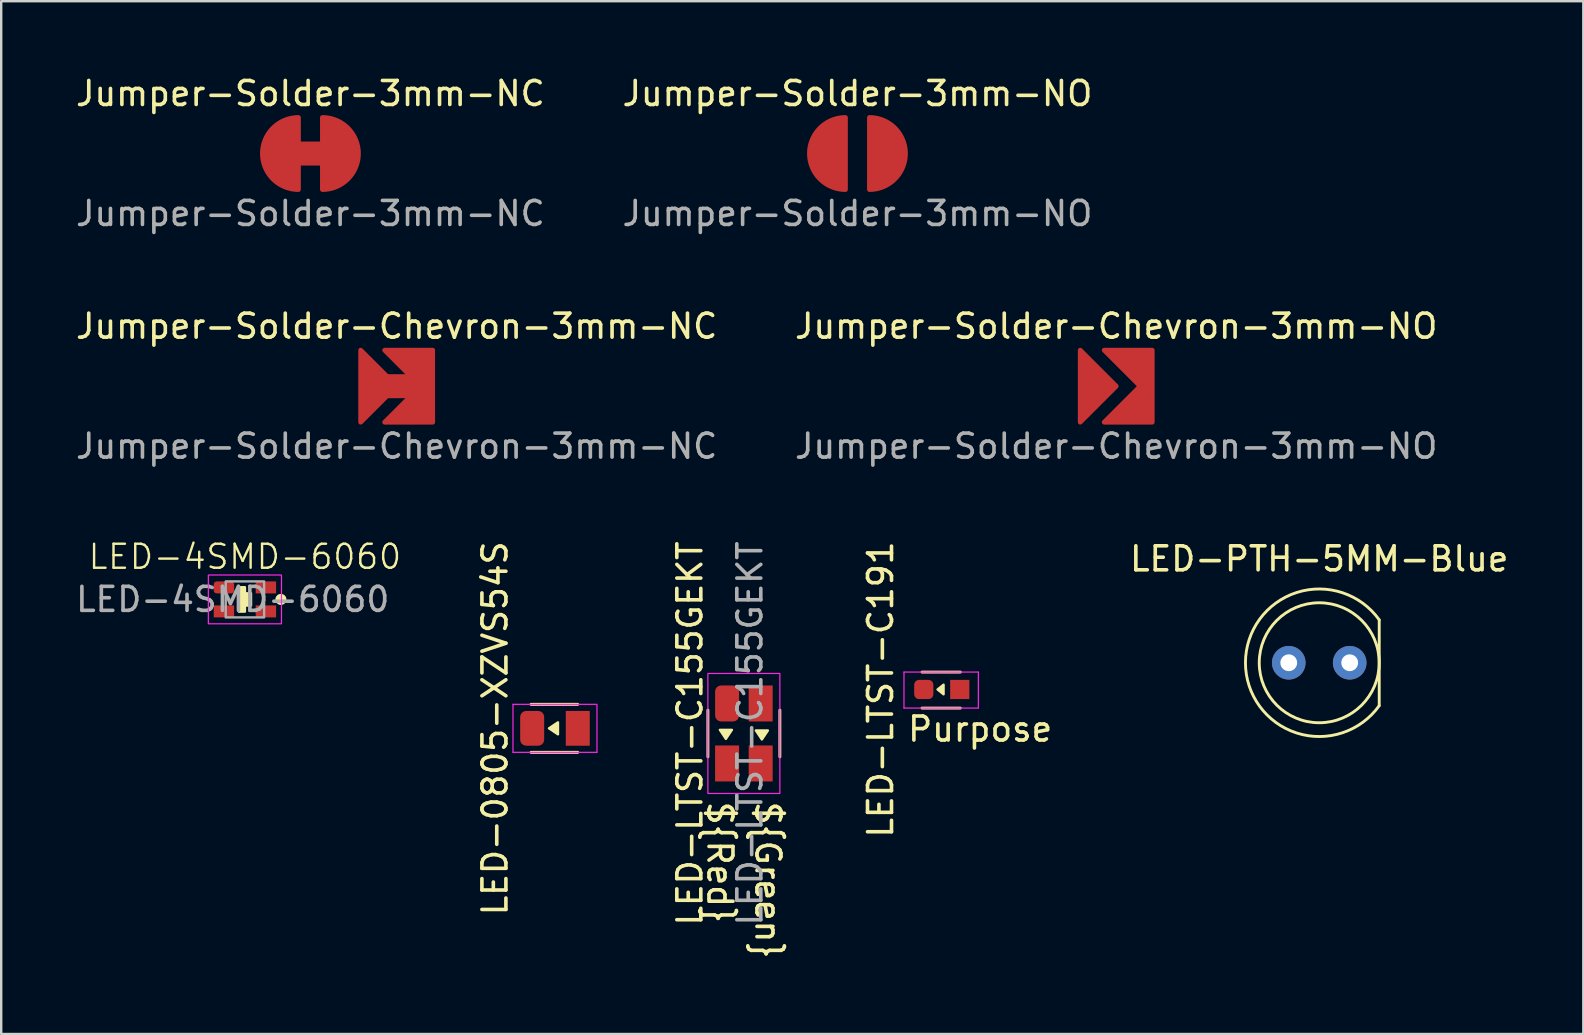
<source format=kicad_pcb>
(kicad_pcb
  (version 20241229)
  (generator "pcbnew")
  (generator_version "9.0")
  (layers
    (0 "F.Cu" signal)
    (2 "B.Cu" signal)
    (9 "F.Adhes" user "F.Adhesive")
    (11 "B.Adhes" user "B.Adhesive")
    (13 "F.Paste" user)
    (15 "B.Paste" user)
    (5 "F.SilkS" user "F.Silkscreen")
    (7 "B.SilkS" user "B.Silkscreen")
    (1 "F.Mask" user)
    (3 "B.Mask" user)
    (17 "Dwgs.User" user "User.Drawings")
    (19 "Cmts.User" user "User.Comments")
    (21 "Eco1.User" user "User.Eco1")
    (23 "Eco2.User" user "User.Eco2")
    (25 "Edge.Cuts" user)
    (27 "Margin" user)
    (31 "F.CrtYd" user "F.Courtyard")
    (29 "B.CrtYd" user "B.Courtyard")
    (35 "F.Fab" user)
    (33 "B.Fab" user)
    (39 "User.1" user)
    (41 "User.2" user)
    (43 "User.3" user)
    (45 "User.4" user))
  (footprint "LED-LTST-C155GEKT"
    (layer "F.Cu")
    (at 27.952 27.518)
    (property "Reference" "LED-LTST-C155GEKT" (at -2.25 0 90) (unlocked yes) (layer "F.SilkS") (effects (font (size 1 1) (thickness 0.15))))
    (attr smd)
    (fp_line (start -1.5 -0.975) (end -1.5 0.975) (stroke (width 0.12) (type solid)) (layer "F.SilkS"))
    (fp_line (start 1.5 -0.975) (end 1.5 0.975) (stroke (width 0.12) (type solid)) (layer "F.SilkS"))
    (fp_poly (pts (xy -0.5 -0.15) (xy -0.75 0.225) (xy -1 -0.15)) (stroke (width 0.1) (type solid)) (fill yes) (layer "F.SilkS"))
    (fp_poly (pts (xy 1 -0.125) (xy 0.75 0.25) (xy 0.5 -0.125)) (stroke (width 0.1) (type solid)) (fill yes) (layer "F.SilkS"))
    (fp_rect (start -1.5 -2.5) (end 1.5 2.5) (stroke (width 0.05) (type solid)) (fill no) (layer "F.CrtYd"))
    (fp_text user "${Green}" (at 1 2.75 270) (unlocked yes) (layer "F.SilkS") (effects (font (size 1 1) (thickness 0.15)) (justify left)))
    (fp_text user "${Red}" (at -1 2.75 270) (unlocked yes) (layer "F.SilkS") (effects (font (size 1 1) (thickness 0.15)) (justify left)))
    (fp_text user "${REFERENCE}" (at 0.25 0 90) (unlocked yes) (layer "F.Fab") (effects (font (size 1 1) (thickness 0.15))))
    (pad "1" smd roundrect (at -0.7 -1.25) (size 1 1.5) (layers "F.Cu" "F.Mask" "F.Paste") (roundrect_rratio 0.25))
    (pad "2" smd rect (at 0.7 -1.25) (size 1 1.5) (layers "F.Cu" "F.Mask" "F.Paste"))
    (pad "3" smd rect (at -0.7 1.25) (size 1 1.5) (layers "F.Cu" "F.Mask" "F.Paste"))
    (pad "4" smd rect (at 0.7 1.25) (size 1 1.5) (layers "F.Cu" "F.Mask" "F.Paste")))
  (footprint "Jumper-Solder-Chevron-3mm-NC"
    (layer "F.Cu")
    (at 13.482 13.045)
    (property "Reference" "Jumper-Solder-Chevron-3mm-NC" (at 0 -2.5 0) (unlocked yes) (layer "F.SilkS") (effects (font (size 1 1) (thickness 0.15))))
    (attr smd)
    (fp_line (start 1 0) (end -0.5 0) (stroke (width 1) (type solid)) (layer "F.Cu"))
    (fp_poly (pts (xy -1.5 1.5) (xy 0 0) (xy -1.5 -1.5)) (stroke (width 0.2) (type solid)) (fill yes) (layer "F.Cu"))
    (fp_poly (pts (xy 1.5 1.5) (xy -0.5 1.5) (xy 1 0) (xy -0.5 -1.5) (xy 1.5 -1.5)) (stroke (width 0.2) (type solid)) (fill yes) (layer "F.Cu"))
    (fp_line (start 0.75 0) (end -0.75 0) (stroke (width 1.1) (type solid)) (layer "F.Mask"))
    (fp_poly (pts (xy -1.5 1.5) (xy 0 0) (xy -1.5 -1.5)) (stroke (width 0.2) (type solid)) (fill yes) (layer "F.Mask"))
    (fp_poly (pts (xy 1.5 1.5) (xy -0.5 1.5) (xy 1 0) (xy -0.5 -1.5) (xy 1.5 -1.5)) (stroke (width 0.2) (type solid)) (fill yes) (layer "F.Mask"))
    (fp_text user "${REFERENCE}" (at 0 2.5 0) (unlocked yes) (layer "F.Fab") (effects (font (size 1 1) (thickness 0.15))))
    (pad "1" smd rect (at -1.25 0) (size 0.5 1) (layers "F.Cu" "F.Mask"))
    (pad "2" smd rect (at 1.25 0) (size 0.5 1) (layers "F.Cu" "F.Mask")))
  (footprint "Jumper-Solder-Chevron-3mm-NO"
    (layer "F.Cu")
    (at 43.47 13.045)
    (property "Reference" "Jumper-Solder-Chevron-3mm-NO" (at 0 -2.5 0) (unlocked yes) (layer "F.SilkS") (effects (font (size 1 1) (thickness 0.15))))
    (attr smd)
    (fp_poly (pts (xy -1.5 1.5) (xy 0 0) (xy -1.5 -1.5)) (stroke (width 0.2) (type solid)) (fill yes) (layer "F.Cu"))
    (fp_poly (pts (xy 1.5 1.5) (xy -0.5 1.5) (xy 1 0) (xy -0.5 -1.5) (xy 1.5 -1.5)) (stroke (width 0.2) (type solid)) (fill yes) (layer "F.Cu"))
    (fp_poly (pts (xy -1.5 1.5) (xy 0 0) (xy -1.5 -1.5)) (stroke (width 0.2) (type solid)) (fill yes) (layer "F.Mask"))
    (fp_poly (pts (xy 1.5 1.5) (xy -0.5 1.5) (xy 1 0) (xy -0.5 -1.5) (xy 1.5 -1.5)) (stroke (width 0.2) (type solid)) (fill yes) (layer "F.Mask"))
    (fp_text user "${REFERENCE}" (at 0 2.5 0) (unlocked yes) (layer "F.Fab") (effects (font (size 1 1) (thickness 0.15))))
    (pad "1" smd rect (at -1.25 0) (size 0.5 1) (layers "F.Cu" "F.Mask"))
    (pad "2" smd rect (at 1.25 0) (size 0.5 1) (layers "F.Cu" "F.Mask")))
  (footprint "Jumper-Solder-3mm-NC"
    (layer "F.Cu")
    (at 9.887 3.348)
    (property "Reference" "Jumper-Solder-3mm-NC" (at 0 -2.5 0) (unlocked yes) (layer "F.SilkS") (effects (font (size 1 1) (thickness 0.15))))
    (attr smd)
    (fp_line (start -0.5 0) (end 0.5 0) (stroke (width 1) (type solid)) (layer "F.Cu"))
    (fp_poly (pts (arc (start -0.5 -1.5) (mid -2 0) (end -0.5 1.5))) (stroke (width 0.2) (type solid)) (fill yes) (layer "F.Cu"))
    (fp_poly (pts (arc (start 0.5 1.5) (mid 2 0) (end 0.5 -1.5))) (stroke (width 0.2) (type solid)) (fill yes) (layer "F.Cu"))
    (fp_line (start -0.5 0) (end 0.5 0) (stroke (width 1.1) (type solid)) (layer "F.Mask"))
    (fp_poly (pts (arc (start -0.5 -1.5) (mid -2 0) (end -0.5 1.5))) (stroke (width 0.2) (type solid)) (fill yes) (layer "F.Mask"))
    (fp_poly (pts (arc (start 0.5 1.5) (mid 2 0) (end 0.5 -1.5))) (stroke (width 0.2) (type solid)) (fill yes) (layer "F.Mask"))
    (fp_text user "${REFERENCE}" (at 0 2.5 0) (unlocked yes) (layer "F.Fab") (effects (font (size 1 1) (thickness 0.15))))
    (pad "1" smd custom (at -1.5 0) (size 1 1) (layers "F.Cu" "F.Mask") (options (anchor circle)) (primitives))
    (pad "2" smd custom (at 1.5 0) (size 1 1) (layers "F.Cu" "F.Mask") (options (anchor circle)) (primitives)))
  (footprint "Jumper-Solder-3mm-NO"
    (layer "F.Cu")
    (at 32.685 3.348)
    (property "Reference" "Jumper-Solder-3mm-NO" (at 0 -2.5 0) (unlocked yes) (layer "F.SilkS") (effects (font (size 1 1) (thickness 0.15))))
    (attr smd)
    (fp_poly (pts (arc (start -0.5 -1.5) (mid -2 0) (end -0.5 1.5))) (stroke (width 0.2) (type solid)) (fill yes) (layer "F.Cu"))
    (fp_poly (pts (arc (start 0.5 1.5) (mid 2 0) (end 0.5 -1.5))) (stroke (width 0.2) (type solid)) (fill yes) (layer "F.Cu"))
    (fp_poly (pts (arc (start -0.5 -1.5) (mid -2 0) (end -0.5 1.5))) (stroke (width 0.2) (type solid)) (fill yes) (layer "F.Mask"))
    (fp_poly (pts (arc (start 0.5 1.5) (mid 2 0) (end 0.5 -1.5))) (stroke (width 0.2) (type solid)) (fill yes) (layer "F.Mask"))
    (fp_text user "${REFERENCE}" (at 0 2.5 0) (unlocked yes) (layer "F.Fab") (effects (font (size 1 1) (thickness 0.15))))
    (pad "1" smd custom (at -1.5 0) (size 1 1) (layers "F.Cu" "F.Mask") (options (anchor circle)) (primitives))
    (pad "2" smd custom (at 1.5 0) (size 1 1) (layers "F.Cu" "F.Mask") (options (anchor circle)) (primitives)))
  (footprint "LED-0805-XZVS54S"
    (layer "F.Cu")
    (at 20.079 27.304)
    (property "Reference" "LED-0805-XZVS54S" (at -2.5 0 90) (layer "F.SilkS") (effects (font (size 1 1) (thickness 0.15))))
    (attr smd)
    (fp_line (start 0.95 -1) (end -1 -1) (stroke (width 0.12) (type solid)) (layer "F.SilkS"))
    (fp_line (start 0.95 1) (end -1 1) (stroke (width 0.12) (type solid)) (layer "F.SilkS"))
    (fp_poly (pts (xy 0.125 0.25) (xy -0.25 0) (xy 0.125 -0.25)) (stroke (width 0.1) (type solid)) (fill yes) (layer "F.SilkS"))
    (fp_line (start -1.75 -1) (end 1.725 -1) (stroke (width 0.05) (type solid)) (layer "F.CrtYd"))
    (fp_line (start -1.75 1) (end -1.75 -1) (stroke (width 0.05) (type solid)) (layer "F.CrtYd"))
    (fp_line (start 1.75 -1) (end 1.75 1) (stroke (width 0.05) (type solid)) (layer "F.CrtYd"))
    (fp_line (start 1.75 1) (end -1.75 1) (stroke (width 0.05) (type solid)) (layer "F.CrtYd"))
    (pad "A" smd rect (at 0.95 0) (size 1 1.45) (layers "F.Cu" "F.Mask" "F.Paste"))
    (pad "C" smd roundrect (at -0.95 0) (size 1 1.45) (layers "F.Cu" "F.Mask" "F.Paste") (roundrect_rratio 0.25)))
  (footprint "LED-4SMD-6060"
    (layer "F.Cu")
    (at 7.157 21.931)
    (property "Reference" "LED-4SMD-6060" (at 0 -1.778 0) (unlocked yes) (layer "F.SilkS") (effects (font (size 1 1) (thickness 0.1))))
    (attr smd)
    (fp_circle (center 1.5 0) (end 1.68 0) (stroke (width 0.1) (type default)) (fill yes) (layer "F.SilkS"))
    (fp_poly (pts (xy -0.254 -0.508) (xy -0.254 0.508) (xy 0 0.508) (xy 0 0.254) (xy 0.254 0.254) (xy 0.254 -0.254) (xy 0 -0.254) (xy 0 -0.508)) (stroke (width 0.1) (type solid)) (fill yes) (layer "F.SilkS"))
    (fp_rect (start -1.524 -1.016) (end 1.524 1.016) (stroke (width 0.05) (type default)) (fill no) (layer "F.CrtYd"))
    (fp_rect (start -0.8 -0.75) (end 0.8 0.75) (stroke (width 0.1) (type default)) (fill no) (layer "F.Fab"))
    (fp_text user "${REFERENCE}" (at -0.508 0 0) (unlocked yes) (layer "F.Fab") (effects (font (size 1 1) (thickness 0.15))))
    (pad "1" smd roundrect (at -0.875 -0.5) (size 0.85 0.5) (layers "F.Cu" "F.Mask" "F.Paste") (roundrect_rratio 0.25))
    (pad "2" smd rect (at 0.875 -0.5) (size 0.85 0.5) (layers "F.Cu" "F.Mask" "F.Paste"))
    (pad "3" smd rect (at -0.875 0.5) (size 0.85 0.5) (layers "F.Cu" "F.Mask" "F.Paste"))
    (pad "4" smd rect (at 0.875 0.5) (size 0.85 0.5) (layers "F.Cu" "F.Mask" "F.Paste")))
  (footprint "LED-LTST-C191"
    (layer "F.Cu")
    (at 36.199 25.685)
    (property "Reference" "LED-LTST-C191" (at -2.55 0 90) (layer "F.SilkS") (effects (font (size 1 1) (thickness 0.15))))
    (attr through_hole)
    (fp_line (start -0.825 0.775) (end 0.775 0.775) (stroke (width 0.12) (type solid)) (layer "F.SilkS"))
    (fp_line (start 0.775 -0.725) (end -0.825 -0.725) (stroke (width 0.12) (type solid)) (layer "F.SilkS"))
    (fp_poly (pts (xy 0.075 0.2) (xy -0.175 0) (xy 0.075 -0.2)) (stroke (width 0.1) (type solid)) (fill yes) (layer "F.SilkS"))
    (fp_line (start -1.575 -0.725) (end 1.525 -0.725) (stroke (width 0.05) (type solid)) (layer "F.CrtYd"))
    (fp_line (start -1.575 0.775) (end -1.575 -0.725) (stroke (width 0.05) (type solid)) (layer "F.CrtYd"))
    (fp_line (start 1.525 -0.725) (end 1.525 0.775) (stroke (width 0.05) (type solid)) (layer "F.CrtYd"))
    (fp_line (start 1.525 0.775) (end -1.575 0.775) (stroke (width 0.05) (type solid)) (layer "F.CrtYd"))
    (fp_text user "Purpose" (at 1.6 1.65 0) (layer "F.SilkS") (effects (font (size 1 1) (thickness 0.15))))
    (pad "A" smd rect (at 0.75 0) (size 0.8 0.8) (layers "F.Cu" "F.Mask" "F.Paste"))
    (pad "C" smd roundrect (at -0.75 0) (size 0.8 0.8) (layers "F.Cu" "F.Mask" "F.Paste") (roundrect_rratio 0.25)))
  (footprint "LED-PTH-5MM-Blue"
    (layer "F.Cu")
    (at 51.93 24.571)
    (property "Reference" "LED-PTH-5MM-Blue" (at 0 -4.33 0) (layer "F.SilkS") (effects (font (size 1 1) (thickness 0.15))))
    (attr through_hole)
    (fp_line (start 2.5 -1.778) (end 2.5 1.778) (stroke (width 0.12) (type solid)) (layer "F.SilkS"))
    (fp_arc (start 2.5 1.79) (mid -3.074752 0) (end 2.5 -1.79) (stroke (width 0.12) (type solid)) (layer "F.SilkS"))
    (fp_circle (center 0 0) (end 2.5 0) (stroke (width 0.12) (type solid)) (fill no) (layer "F.SilkS"))
    (pad "A" thru_hole circle (at -1.27 0) (size 1.4 1.4) (drill 0.7) (layers "*.Cu" "*.Mask"))
    (pad "C" thru_hole circle (at 1.27 0) (size 1.4 1.4) (drill 0.7) (layers "*.Cu" "*.Mask")))
  (gr_rect
    (start -3 -3)
    (end 62.936 40.042)
    (stroke (width 0.1) (type default))
    (fill no)
    (layer "Edge.Cuts")))
</source>
